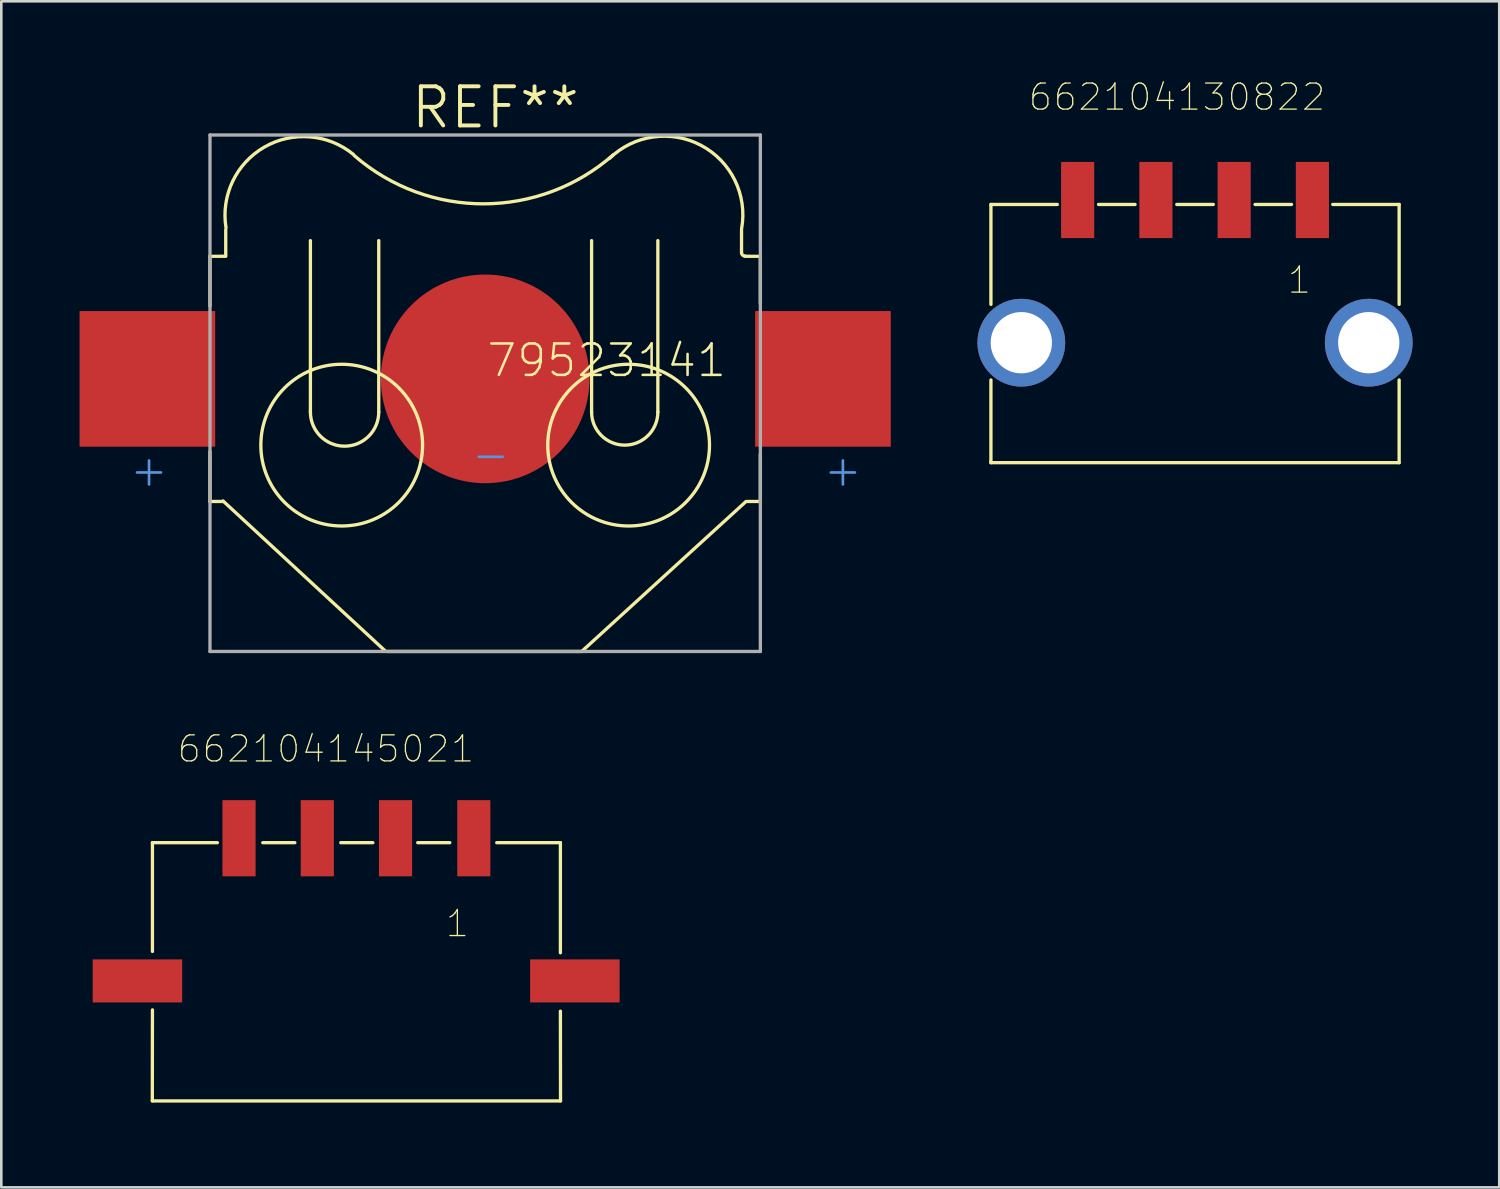
<source format=kicad_pcb>
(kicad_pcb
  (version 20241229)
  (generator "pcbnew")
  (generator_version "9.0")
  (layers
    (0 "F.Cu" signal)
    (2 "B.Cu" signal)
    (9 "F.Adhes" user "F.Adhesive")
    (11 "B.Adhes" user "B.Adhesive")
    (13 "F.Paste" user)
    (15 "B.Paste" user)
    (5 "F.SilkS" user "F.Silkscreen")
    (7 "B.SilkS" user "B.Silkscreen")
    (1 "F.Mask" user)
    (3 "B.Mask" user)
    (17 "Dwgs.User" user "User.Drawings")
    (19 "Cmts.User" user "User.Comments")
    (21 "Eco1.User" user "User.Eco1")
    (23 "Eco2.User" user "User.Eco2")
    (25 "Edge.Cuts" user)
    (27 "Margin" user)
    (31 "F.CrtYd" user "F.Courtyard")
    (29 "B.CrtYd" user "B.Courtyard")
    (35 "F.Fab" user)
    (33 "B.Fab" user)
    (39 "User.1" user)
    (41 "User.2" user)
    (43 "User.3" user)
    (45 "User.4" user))
  (footprint "79523141"
    (layer "F.Cu")
    (at 15.55 11.475)
    (property "Reference" "79523141" (at 0 0 0) (layer "F.SilkS") (effects (font (size 1.206 1.206) (thickness 0.097)) (justify left bottom)))
    (attr through_hole)
    (fp_line (start -10.55 -4.699) (end -10.55 -2.792) (stroke (width 0.127) (type solid)) (layer "F.SilkS"))
    (fp_line (start -10.55 -4.699) (end -9.95 -4.7) (stroke (width 0.127) (type solid)) (layer "F.SilkS"))
    (fp_line (start -10.55 4.699) (end -10.55 2.792) (stroke (width 0.127) (type solid)) (layer "F.SilkS"))
    (fp_line (start -10.55 4.699) (end -10.05 4.7) (stroke (width 0.127) (type solid)) (layer "F.SilkS"))
    (fp_line (start -10.05 4.68) (end -3.81 10.45) (stroke (width 0.127) (type solid)) (layer "F.SilkS"))
    (fp_line (start -9.946 -4.715) (end -9.946 -5.717) (stroke (width 0.127) (type solid)) (layer "F.SilkS"))
    (fp_line (start -6.7 1.27) (end -6.7 -5.3) (stroke (width 0.127) (type solid)) (layer "F.SilkS"))
    (fp_line (start -4.08 1.27) (end -4.08 -5.3) (stroke (width 0.127) (type solid)) (layer "F.SilkS"))
    (fp_line (start -3.75 10.45) (end 3.7 10.45) (stroke (width 0.127) (type solid)) (layer "F.SilkS"))
    (fp_line (start 4.08 1.27) (end 4.08 -5.3) (stroke (width 0.127) (type solid)) (layer "F.SilkS"))
    (fp_line (start 6.62 1.27) (end 6.62 -5.3) (stroke (width 0.127) (type solid)) (layer "F.SilkS"))
    (fp_line (start 9.828 -4.832) (end 9.828 -5.717) (stroke (width 0.127) (type solid)) (layer "F.SilkS"))
    (fp_line (start 9.95 -4.7) (end 10.55 -4.699) (stroke (width 0.127) (type solid)) (layer "F.SilkS"))
    (fp_line (start 10 4.7) (end 3.7 10.45) (stroke (width 0.127) (type solid)) (layer "F.SilkS"))
    (fp_line (start 10.05 4.7) (end 10.55 4.699) (stroke (width 0.127) (type solid)) (layer "F.SilkS"))
    (fp_line (start 10.55 -4.699) (end 10.55 -2.892) (stroke (width 0.127) (type solid)) (layer "F.SilkS"))
    (fp_line (start 10.55 4.699) (end 10.55 2.892) (stroke (width 0.127) (type solid)) (layer "F.SilkS"))
    (fp_arc (start -9.93574 -5.79259) (mid -8.462136 -8.887852) (end -5.046098 -8.60003) (stroke (width 0.127) (type solid)) (layer "F.SilkS"))
    (fp_arc (start -4.08 1.27) (mid -5.39 2.58) (end -6.7 1.27) (stroke (width 0.127) (type solid)) (layer "F.SilkS"))
    (fp_arc (start 4.764829 -8.448717) (mid 8.276572 -8.952918) (end 9.83199 -5.764309) (stroke (width 0.127) (type solid)) (layer "F.SilkS"))
    (fp_arc (start 4.91295 -8.592179) (mid -0.044127 -6.710445) (end -5.014309 -8.55729) (stroke (width 0.127) (type solid)) (layer "F.SilkS"))
    (fp_arc (start 6.62 1.27) (mid 5.35 2.54) (end 4.08 1.27) (stroke (width 0.127) (type solid)) (layer "F.SilkS"))
    (fp_arc (start 9.94619 -4.71475) (mid 9.862964 -4.749224) (end 9.82849 -4.83245) (stroke (width 0.127) (type solid)) (layer "F.SilkS"))
    (fp_circle (center -5.5 2.54) (end -2.4 2.54) (stroke (width 0.127) (type solid)) (fill no) (layer "F.SilkS"))
    (fp_circle (center 5.5 2.54) (end 8.6 2.54) (stroke (width 0.127) (type solid)) (fill no) (layer "F.SilkS"))
    (fp_line (start -10.55 -9.35) (end 10.55 -9.35) (stroke (width 0.127) (type solid)) (layer "F.Fab"))
    (fp_line (start -10.55 10.45) (end -10.55 -9.35) (stroke (width 0.127) (type solid)) (layer "F.Fab"))
    (fp_line (start 10.55 -9.35) (end 10.55 10.45) (stroke (width 0.127) (type solid)) (layer "F.Fab"))
    (fp_line (start 10.55 10.45) (end -10.55 10.45) (stroke (width 0.127) (type solid)) (layer "F.Fab"))
    (fp_text user "REF**" (at -2.921 -9.525 0) (layer "F.SilkS") (effects (font (size 1.5 1.5) (thickness 0.15)) (justify left bottom)))
    (fp_text user "+" (at 12.9 4.2 0) (layer "Cmts.User") (effects (font (size 1.206 1.206) (thickness 0.102)) (justify left bottom)))
    (fp_text user "+" (at -13.7 4.2 0) (layer "Cmts.User") (effects (font (size 1.206 1.206) (thickness 0.102)) (justify left bottom)))
    (fp_text user "-" (at -0.6 3.6 0) (layer "Cmts.User") (effects (font (size 1.206 1.206) (thickness 0.102)) (justify left bottom)))
    (pad "1" smd rect (at -12.95 0 180) (size 5.2 5.2) (layers "F.Cu" "F.Mask" "F.Paste"))
    (pad "1" smd rect (at 12.95 0) (size 5.2 5.2) (layers "F.Cu" "F.Mask" "F.Paste"))
    (pad "2" smd circle (at 0 0) (size 8 8) (layers "F.Cu" "F.Mask" "F.Paste")))
  (footprint "662104145021"
    (layer "F.Cu")
    (at 10.614 34.556)
    (property "Reference" "662104145021" (at -1.17 -8.895 0) (layer "F.SilkS") (effects (font (size 1 1) (thickness 0.05))))
    (attr smd)
    (fp_line (start -7.825 4.6) (end 7.825 4.6) (stroke (width 0.127) (type solid)) (layer "F.SilkS"))
    (fp_line (start -7.82 -5.3) (end -7.82 -1.13) (stroke (width 0.127) (type solid)) (layer "F.SilkS"))
    (fp_line (start -7.82 1.11) (end -7.825 4.6) (stroke (width 0.127) (type solid)) (layer "F.SilkS"))
    (fp_line (start -5.33 -5.3) (end -7.82 -5.3) (stroke (width 0.127) (type solid)) (layer "F.SilkS"))
    (fp_line (start -3.59 -5.3) (end -2.36 -5.3) (stroke (width 0.127) (type solid)) (layer "F.SilkS"))
    (fp_line (start -0.6 -5.3) (end 0.63 -5.3) (stroke (width 0.127) (type solid)) (layer "F.SilkS"))
    (fp_line (start 2.35 -5.3) (end 3.58 -5.3) (stroke (width 0.127) (type solid)) (layer "F.SilkS"))
    (fp_line (start 5.38 -5.3) (end 7.82 -5.3) (stroke (width 0.127) (type solid)) (layer "F.SilkS"))
    (fp_line (start 7.82 -5.3) (end 7.82 -1.08) (stroke (width 0.127) (type solid)) (layer "F.SilkS"))
    (fp_line (start 7.825 4.6) (end 7.82 1.16) (stroke (width 0.127) (type solid)) (layer "F.SilkS"))
    (fp_line (start -10.55 -7.37) (end 10.55 -7.37) (stroke (width 0.127) (type solid)) (layer "Eco1.User"))
    (fp_line (start -10.55 4.85) (end -10.55 -7.37) (stroke (width 0.127) (type solid)) (layer "Eco1.User"))
    (fp_line (start 10.55 -7.37) (end 10.55 4.85) (stroke (width 0.127) (type solid)) (layer "Eco1.User"))
    (fp_line (start 10.55 4.85) (end -10.55 4.85) (stroke (width 0.127) (type solid)) (layer "Eco1.User"))
    (fp_line (start -7.825 -5.3) (end 7.825 -5.3) (stroke (width 0.127) (type solid)) (layer "Eco2.User"))
    (fp_line (start -7.825 4.6) (end -7.825 -5.3) (stroke (width 0.127) (type solid)) (layer "Eco2.User"))
    (fp_line (start 7.825 -5.3) (end 7.825 4.6) (stroke (width 0.127) (type solid)) (layer "Eco2.User"))
    (fp_line (start 7.825 4.6) (end -7.825 4.6) (stroke (width 0.127) (type solid)) (layer "Eco2.User"))
    (fp_text user "1" (at 3.87 -2.2 0) (layer "F.SilkS") (effects (font (size 1 1) (thickness 0.05))))
    (fp_text user "4" (at -5.055 -2.5 0) (layer "Edge.Cuts") (effects (font (size 1 1) (thickness 0.05))))
    (fp_text user "1" (at 3.87 -2.2 0) (layer "Edge.Cuts") (effects (font (size 1 1) (thickness 0.05))))
    (pad "1" smd rect (at 4.5 -5.47 90) (size 2.92 1.27) (layers "F.Cu" "F.Mask" "F.Paste"))
    (pad "2" smd rect (at 1.5 -5.47 90) (size 2.92 1.27) (layers "F.Cu" "F.Mask" "F.Paste"))
    (pad "3" smd rect (at -1.5 -5.47 90) (size 2.92 1.27) (layers "F.Cu" "F.Mask" "F.Paste"))
    (pad "4" smd rect (at -4.5 -5.47 90) (size 2.92 1.27) (layers "F.Cu" "F.Mask" "F.Paste"))
    (pad "M1" smd rect (at 8.375 0) (size 3.43 1.65) (layers "F.Cu" "F.Mask" "F.Paste"))
    (pad "M2" smd rect (at -8.395 0) (size 3.43 1.65) (layers "F.Cu" "F.Mask" "F.Paste")))
  (footprint "662104130822"
    (layer "F.Cu")
    (at 42.764 10.088)
    (property "Reference" "662104130822" (at -0.69 -9.415 0) (layer "F.SilkS") (effects (font (size 1 1) (thickness 0.05))))
    (attr smd)
    (fp_line (start -7.83 4.56) (end -7.825 4.56) (stroke (width 0.127) (type solid)) (layer "F.SilkS"))
    (fp_line (start -7.825 -1.47) (end -7.825 -5.3) (stroke (width 0.127) (type solid)) (layer "F.SilkS"))
    (fp_line (start -7.825 1.43) (end -7.825 4.6) (stroke (width 0.127) (type solid)) (layer "F.SilkS"))
    (fp_line (start -7.825 4.6) (end 7.825 4.6) (stroke (width 0.127) (type solid)) (layer "F.SilkS"))
    (fp_line (start -5.28 -5.3) (end -7.825 -5.3) (stroke (width 0.127) (type solid)) (layer "F.SilkS"))
    (fp_line (start -3.7 -5.3) (end -2.3 -5.3) (stroke (width 0.127) (type solid)) (layer "F.SilkS"))
    (fp_line (start -0.7 -5.3) (end 0.7 -5.3) (stroke (width 0.127) (type solid)) (layer "F.SilkS"))
    (fp_line (start 2.3 -5.3) (end 3.7 -5.3) (stroke (width 0.127) (type solid)) (layer "F.SilkS"))
    (fp_line (start 7.825 -5.3) (end 5.28 -5.3) (stroke (width 0.127) (type solid)) (layer "F.SilkS"))
    (fp_line (start 7.825 -1.47) (end 7.825 -5.3) (stroke (width 0.127) (type solid)) (layer "F.SilkS"))
    (fp_line (start 7.825 1.43) (end 7.825 4.6) (stroke (width 0.127) (type solid)) (layer "F.SilkS"))
    (fp_line (start -8.6 -7.18) (end 8.6 -7.18) (stroke (width 0.127) (type solid)) (layer "Eco1.User"))
    (fp_line (start -8.6 4.85) (end -8.6 -7.18) (stroke (width 0.127) (type solid)) (layer "Eco1.User"))
    (fp_line (start 8.6 -7.18) (end 8.6 4.85) (stroke (width 0.127) (type solid)) (layer "Eco1.User"))
    (fp_line (start 8.6 4.85) (end -8.6 4.85) (stroke (width 0.127) (type solid)) (layer "Eco1.User"))
    (fp_line (start -7.825 -5.3) (end 7.825 -5.3) (stroke (width 0.127) (type solid)) (layer "Eco2.User"))
    (fp_line (start -7.825 4.56) (end -7.825 -5.3) (stroke (width 0.127) (type solid)) (layer "Eco2.User"))
    (fp_line (start -7.825 4.6) (end 7.825 4.6) (stroke (width 0.127) (type solid)) (layer "Eco2.User"))
    (fp_line (start 7.825 -5.3) (end 7.825 4.6) (stroke (width 0.127) (type solid)) (layer "Eco2.User"))
    (fp_text user "1" (at 4 -2.4 0) (layer "F.SilkS") (effects (font (size 1 1) (thickness 0.05))))
    (fp_text user "1" (at 4 -2.4 0) (layer "Edge.Cuts") (effects (font (size 1 1) (thickness 0.05))))
    (pad "1" smd rect (at 4.5 -5.47 90) (size 2.92 1.27) (layers "F.Cu" "F.Mask" "F.Paste"))
    (pad "2" smd rect (at 1.5 -5.47 90) (size 2.92 1.27) (layers "F.Cu" "F.Mask" "F.Paste"))
    (pad "3" smd rect (at -1.5 -5.47 90) (size 2.92 1.27) (layers "F.Cu" "F.Mask" "F.Paste"))
    (pad "4" smd rect (at -4.5 -5.47 90) (size 2.92 1.27) (layers "F.Cu" "F.Mask" "F.Paste"))
    (pad "Z1" thru_hole circle (at -6.66 0) (size 3.366 3.366) (drill 2.35) (layers "*.Cu" "*.Mask"))
    (pad "Z2" thru_hole circle (at 6.66 0) (size 3.366 3.366) (drill 2.35) (layers "*.Cu" "*.Mask")))
  (gr_rect
    (start -3 -3)
    (end 54.427 42.47)
    (stroke (width 0.1) (type default))
    (fill no)
    (layer "Edge.Cuts")))
</source>
